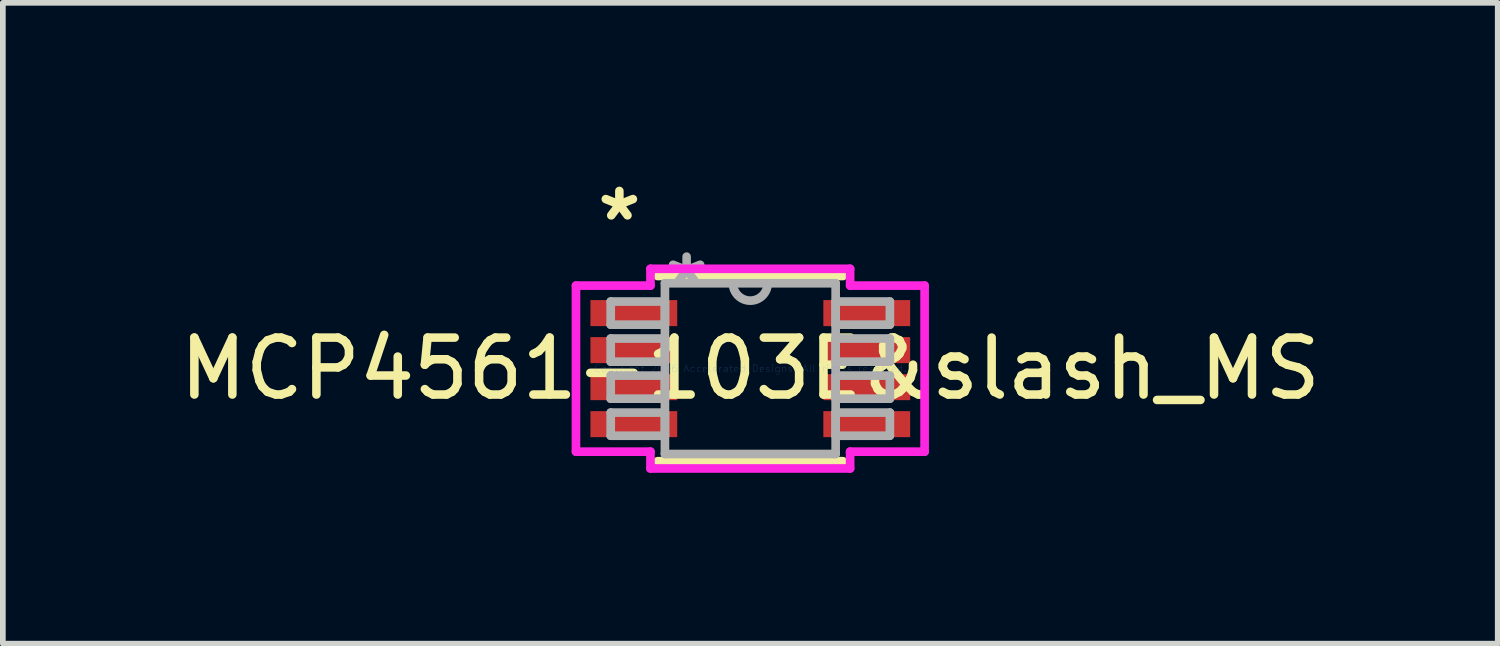
<source format=kicad_pcb>
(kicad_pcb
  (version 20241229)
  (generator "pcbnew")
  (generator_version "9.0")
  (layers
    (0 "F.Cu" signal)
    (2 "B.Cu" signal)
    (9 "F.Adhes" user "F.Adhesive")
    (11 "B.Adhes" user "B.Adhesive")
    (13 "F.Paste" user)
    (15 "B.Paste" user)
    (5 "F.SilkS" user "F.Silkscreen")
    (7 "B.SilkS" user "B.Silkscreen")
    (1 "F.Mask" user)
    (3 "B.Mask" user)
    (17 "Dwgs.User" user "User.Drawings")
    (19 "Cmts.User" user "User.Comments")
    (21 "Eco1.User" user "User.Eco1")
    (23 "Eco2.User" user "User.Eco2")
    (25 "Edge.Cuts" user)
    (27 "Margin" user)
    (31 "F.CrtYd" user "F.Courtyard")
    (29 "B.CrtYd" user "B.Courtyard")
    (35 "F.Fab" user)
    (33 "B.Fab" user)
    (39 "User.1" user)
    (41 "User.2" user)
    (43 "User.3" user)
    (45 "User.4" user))
  (footprint "MCP4561-103E&slash_MS"
    (layer "F.Cu")
    (at 10.125 3.423)
    (property "Reference" "MCP4561-103E&slash_MS" (at 0 0 0) (layer "F.SilkS") (effects (font (size 1 1) (thickness 0.15))))
    (attr through_hole)
    (fp_line (start -1.626 1.626) (end 1.626 1.626) (stroke (width 0.152) (type solid)) (layer "F.SilkS"))
    (fp_line (start 1.626 -1.626) (end -1.626 -1.626) (stroke (width 0.152) (type solid)) (layer "F.SilkS"))
    (fp_line (start -3.061 -1.458) (end -1.753 -1.458) (stroke (width 0.152) (type solid)) (layer "F.CrtYd"))
    (fp_line (start -3.061 1.458) (end -3.061 -1.458) (stroke (width 0.152) (type solid)) (layer "F.CrtYd"))
    (fp_line (start -1.753 -1.753) (end 1.753 -1.753) (stroke (width 0.152) (type solid)) (layer "F.CrtYd"))
    (fp_line (start -1.753 -1.458) (end -1.753 -1.753) (stroke (width 0.152) (type solid)) (layer "F.CrtYd"))
    (fp_line (start -1.753 1.458) (end -3.061 1.458) (stroke (width 0.152) (type solid)) (layer "F.CrtYd"))
    (fp_line (start -1.753 1.753) (end -1.753 1.458) (stroke (width 0.152) (type solid)) (layer "F.CrtYd"))
    (fp_line (start 1.753 -1.753) (end 1.753 -1.458) (stroke (width 0.152) (type solid)) (layer "F.CrtYd"))
    (fp_line (start 1.753 -1.458) (end 3.061 -1.458) (stroke (width 0.152) (type solid)) (layer "F.CrtYd"))
    (fp_line (start 1.753 1.458) (end 1.753 1.753) (stroke (width 0.152) (type solid)) (layer "F.CrtYd"))
    (fp_line (start 1.753 1.753) (end -1.753 1.753) (stroke (width 0.152) (type solid)) (layer "F.CrtYd"))
    (fp_line (start 3.061 -1.458) (end 3.061 1.458) (stroke (width 0.152) (type solid)) (layer "F.CrtYd"))
    (fp_line (start 3.061 1.458) (end 1.753 1.458) (stroke (width 0.152) (type solid)) (layer "F.CrtYd"))
    (fp_line (start -2.451 -1.178) (end -2.451 -0.772) (stroke (width 0.152) (type solid)) (layer "F.Fab"))
    (fp_line (start -2.451 -0.772) (end -1.499 -0.772) (stroke (width 0.152) (type solid)) (layer "F.Fab"))
    (fp_line (start -2.451 -0.528) (end -2.451 -0.122) (stroke (width 0.152) (type solid)) (layer "F.Fab"))
    (fp_line (start -2.451 -0.122) (end -1.499 -0.122) (stroke (width 0.152) (type solid)) (layer "F.Fab"))
    (fp_line (start -2.451 0.122) (end -2.451 0.528) (stroke (width 0.152) (type solid)) (layer "F.Fab"))
    (fp_line (start -2.451 0.528) (end -1.499 0.528) (stroke (width 0.152) (type solid)) (layer "F.Fab"))
    (fp_line (start -2.451 0.772) (end -2.451 1.178) (stroke (width 0.152) (type solid)) (layer "F.Fab"))
    (fp_line (start -2.451 1.178) (end -1.499 1.178) (stroke (width 0.152) (type solid)) (layer "F.Fab"))
    (fp_line (start -1.499 -1.499) (end -1.499 1.499) (stroke (width 0.152) (type solid)) (layer "F.Fab"))
    (fp_line (start -1.499 -1.178) (end -2.451 -1.178) (stroke (width 0.152) (type solid)) (layer "F.Fab"))
    (fp_line (start -1.499 -0.772) (end -1.499 -1.178) (stroke (width 0.152) (type solid)) (layer "F.Fab"))
    (fp_line (start -1.499 -0.528) (end -2.451 -0.528) (stroke (width 0.152) (type solid)) (layer "F.Fab"))
    (fp_line (start -1.499 -0.122) (end -1.499 -0.528) (stroke (width 0.152) (type solid)) (layer "F.Fab"))
    (fp_line (start -1.499 0.122) (end -2.451 0.122) (stroke (width 0.152) (type solid)) (layer "F.Fab"))
    (fp_line (start -1.499 0.528) (end -1.499 0.122) (stroke (width 0.152) (type solid)) (layer "F.Fab"))
    (fp_line (start -1.499 0.772) (end -2.451 0.772) (stroke (width 0.152) (type solid)) (layer "F.Fab"))
    (fp_line (start -1.499 1.178) (end -1.499 0.772) (stroke (width 0.152) (type solid)) (layer "F.Fab"))
    (fp_line (start -1.499 1.499) (end 1.499 1.499) (stroke (width 0.152) (type solid)) (layer "F.Fab"))
    (fp_line (start 1.499 -1.499) (end -1.499 -1.499) (stroke (width 0.152) (type solid)) (layer "F.Fab"))
    (fp_line (start 1.499 -1.178) (end 1.499 -0.772) (stroke (width 0.152) (type solid)) (layer "F.Fab"))
    (fp_line (start 1.499 -0.772) (end 2.451 -0.772) (stroke (width 0.152) (type solid)) (layer "F.Fab"))
    (fp_line (start 1.499 -0.528) (end 1.499 -0.122) (stroke (width 0.152) (type solid)) (layer "F.Fab"))
    (fp_line (start 1.499 -0.122) (end 2.451 -0.122) (stroke (width 0.152) (type solid)) (layer "F.Fab"))
    (fp_line (start 1.499 0.122) (end 1.499 0.528) (stroke (width 0.152) (type solid)) (layer "F.Fab"))
    (fp_line (start 1.499 0.528) (end 2.451 0.528) (stroke (width 0.152) (type solid)) (layer "F.Fab"))
    (fp_line (start 1.499 0.772) (end 1.499 1.178) (stroke (width 0.152) (type solid)) (layer "F.Fab"))
    (fp_line (start 1.499 1.178) (end 2.451 1.178) (stroke (width 0.152) (type solid)) (layer "F.Fab"))
    (fp_line (start 1.499 1.499) (end 1.499 -1.499) (stroke (width 0.152) (type solid)) (layer "F.Fab"))
    (fp_line (start 2.451 -1.178) (end 1.499 -1.178) (stroke (width 0.152) (type solid)) (layer "F.Fab"))
    (fp_line (start 2.451 -0.772) (end 2.451 -1.178) (stroke (width 0.152) (type solid)) (layer "F.Fab"))
    (fp_line (start 2.451 -0.528) (end 1.499 -0.528) (stroke (width 0.152) (type solid)) (layer "F.Fab"))
    (fp_line (start 2.451 -0.122) (end 2.451 -0.528) (stroke (width 0.152) (type solid)) (layer "F.Fab"))
    (fp_line (start 2.451 0.122) (end 1.499 0.122) (stroke (width 0.152) (type solid)) (layer "F.Fab"))
    (fp_line (start 2.451 0.528) (end 2.451 0.122) (stroke (width 0.152) (type solid)) (layer "F.Fab"))
    (fp_line (start 2.451 0.772) (end 1.499 0.772) (stroke (width 0.152) (type solid)) (layer "F.Fab"))
    (fp_line (start 2.451 1.178) (end 2.451 0.772) (stroke (width 0.152) (type solid)) (layer "F.Fab"))
    (fp_arc (start 0.3048 -1.4986) (mid 0 -1.1938) (end -0.3048 -1.4986) (stroke (width 0.1524) (type solid)) (layer "F.Fab"))
    (fp_text user "*" (at -2.299 -2.575 0) (layer "F.SilkS") (effects (font (size 1 1) (thickness 0.15))))
    (fp_text user "Copyright 2016 Accelerated Designs. All rights reserved." (at 0 0 0) (layer "Cmts.User") (effects (font (size 0.127 0.127) (thickness 0.002))))
    (fp_text user "*" (at -1.118 -1.422 0) (layer "F.Fab") (effects (font (size 1 1) (thickness 0.15))))
    (pad "1" smd rect (at -2.045 -0.975) (size 1.524 0.457) (layers "F.Cu" "F.Mask" "F.Paste"))
    (pad "2" smd rect (at -2.045 -0.325) (size 1.524 0.457) (layers "F.Cu" "F.Mask" "F.Paste"))
    (pad "3" smd rect (at -2.045 0.325) (size 1.524 0.457) (layers "F.Cu" "F.Mask" "F.Paste"))
    (pad "4" smd rect (at -2.045 0.975) (size 1.524 0.457) (layers "F.Cu" "F.Mask" "F.Paste"))
    (pad "5" smd rect (at 2.045 0.975) (size 1.524 0.457) (layers "F.Cu" "F.Mask" "F.Paste"))
    (pad "6" smd rect (at 2.045 0.325) (size 1.524 0.457) (layers "F.Cu" "F.Mask" "F.Paste"))
    (pad "7" smd rect (at 2.045 -0.325) (size 1.524 0.457) (layers "F.Cu" "F.Mask" "F.Paste"))
    (pad "8" smd rect (at 2.045 -0.975) (size 1.524 0.457) (layers "F.Cu" "F.Mask" "F.Paste")))
  (gr_rect
    (start -3 -3)
    (end 23.25 8.252)
    (stroke (width 0.1) (type default))
    (fill no)
    (layer "Edge.Cuts")))
</source>
